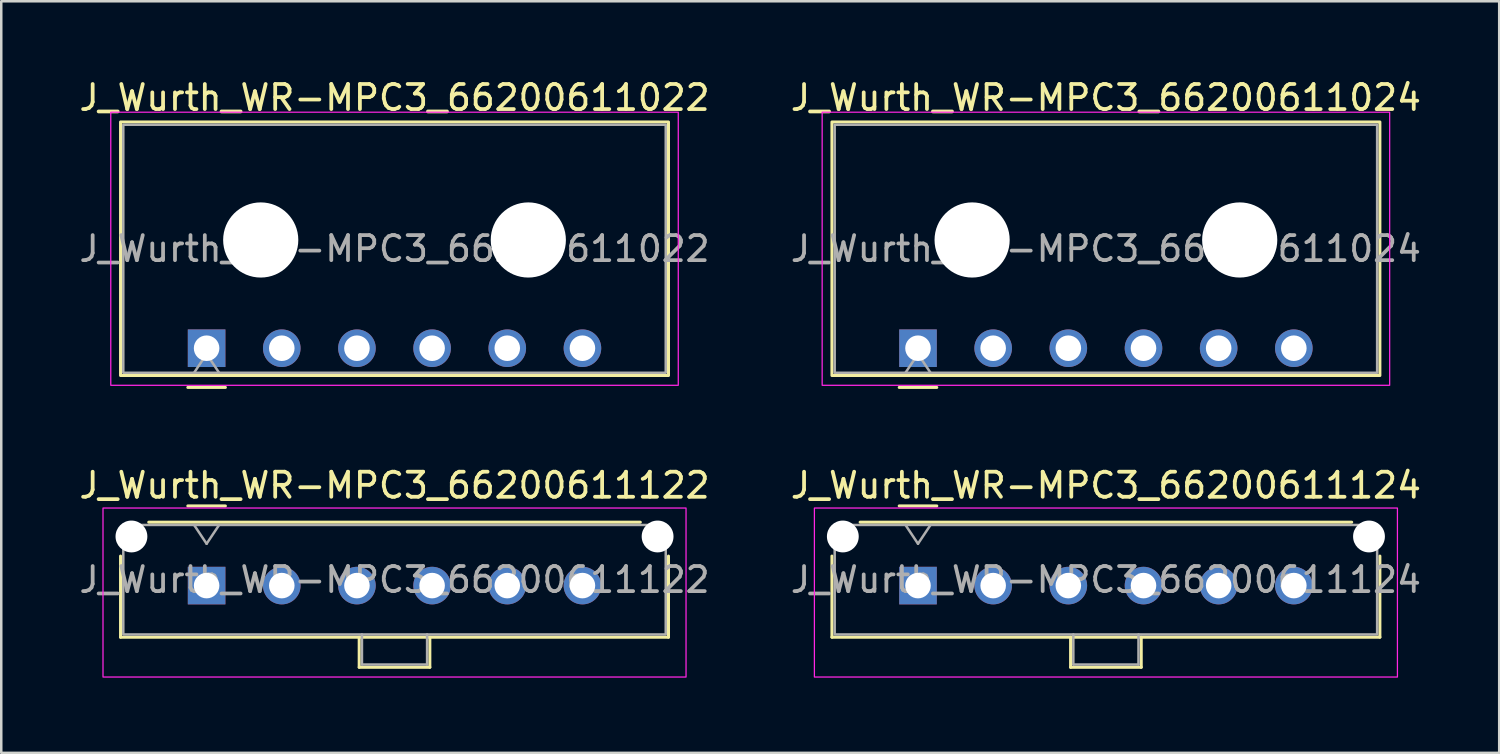
<source format=kicad_pcb>
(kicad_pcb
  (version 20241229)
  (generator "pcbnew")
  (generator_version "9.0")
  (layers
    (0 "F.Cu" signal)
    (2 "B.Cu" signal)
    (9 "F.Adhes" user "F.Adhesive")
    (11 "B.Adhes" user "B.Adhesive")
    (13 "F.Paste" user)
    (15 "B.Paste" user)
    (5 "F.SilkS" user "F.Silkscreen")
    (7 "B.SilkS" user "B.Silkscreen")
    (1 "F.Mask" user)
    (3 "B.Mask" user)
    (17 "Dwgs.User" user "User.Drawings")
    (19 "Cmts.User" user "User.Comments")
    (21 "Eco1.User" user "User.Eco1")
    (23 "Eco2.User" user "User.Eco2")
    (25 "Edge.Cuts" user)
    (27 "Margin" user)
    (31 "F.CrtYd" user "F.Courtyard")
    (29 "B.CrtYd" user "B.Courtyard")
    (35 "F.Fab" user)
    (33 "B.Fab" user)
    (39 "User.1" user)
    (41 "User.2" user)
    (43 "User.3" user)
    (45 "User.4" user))
  (footprint "J_Wurth_WR-MPC3_66200611022"
    (layer "F.Cu")
    (at 5.196 10.848)
    (property "Reference" "J_Wurth_WR-MPC3_66200611022" (at 7.5 -10 0) (unlocked yes) (layer "F.SilkS") (effects (font (size 1 1) (thickness 0.15))))
    (attr through_hole)
    (fp_line (start -0.75 1.565) (end 0.75 1.565) (stroke (width 0.12) (type solid)) (layer "F.SilkS"))
    (fp_rect (start -3.435 -9.03) (end 18.435 1.09) (stroke (width 0.12) (type solid)) (fill no) (layer "F.SilkS"))
    (fp_rect (start -3.825 -9.42) (end 18.825 1.48) (stroke (width 0.05) (type solid)) (fill no) (layer "F.CrtYd"))
    (fp_line (start 0 0.23) (end -0.5 0.98) (stroke (width 0.1) (type solid)) (layer "F.Fab"))
    (fp_line (start 0 0.23) (end 0.5 0.98) (stroke (width 0.1) (type solid)) (layer "F.Fab"))
    (fp_rect (start -3.325 -8.92) (end 18.325 0.98) (stroke (width 0.1) (type solid)) (fill no) (layer "F.Fab"))
    (fp_text user "${REFERENCE}" (at 7.5 -3.97 0) (unlocked yes) (layer "F.Fab") (effects (font (size 1 1) (thickness 0.15))))
    (pad "" np_thru_hole circle (at 2.16 -4.32 180) (size 3 3) (drill 3) (layers "*.Cu" "*.Mask"))
    (pad "" np_thru_hole circle (at 12.84 -4.32 180) (size 3 3) (drill 3) (layers "*.Cu" "*.Mask"))
    (pad "1" thru_hole rect (at 0 0 180) (size 1.5 1.5) (drill 1.02) (layers "*.Cu" "*.Mask"))
    (pad "2" thru_hole circle (at 3 0 180) (size 1.5 1.5) (drill 1.02) (layers "*.Cu" "*.Mask"))
    (pad "3" thru_hole circle (at 6 0 180) (size 1.5 1.5) (drill 1.02) (layers "*.Cu" "*.Mask"))
    (pad "4" thru_hole circle (at 9 0 180) (size 1.5 1.5) (drill 1.02) (layers "*.Cu" "*.Mask"))
    (pad "5" thru_hole circle (at 12 0 180) (size 1.5 1.5) (drill 1.02) (layers "*.Cu" "*.Mask"))
    (pad "6" thru_hole circle (at 15 0 180) (size 1.5 1.5) (drill 1.02) (layers "*.Cu" "*.Mask")))
  (footprint "J_Wurth_WR-MPC3_66200611124"
    (layer "F.Cu")
    (at 33.589 20.322)
    (property "Reference" "J_Wurth_WR-MPC3_66200611124" (at 7.5 -4 0) (unlocked yes) (layer "F.SilkS") (effects (font (size 1 1) (thickness 0.15))))
    (attr through_hole)
    (fp_line (start -3.435 2.06) (end -3.435 -1.178) (stroke (width 0.12) (type default)) (layer "F.SilkS"))
    (fp_line (start -2.31 -2.53) (end 17.31 -2.53) (stroke (width 0.12) (type solid)) (layer "F.SilkS"))
    (fp_line (start -0.75 -3.18) (end 0.75 -3.18) (stroke (width 0.12) (type solid)) (layer "F.SilkS"))
    (fp_line (start 6.09 2.06) (end 6.09 3.26) (stroke (width 0.12) (type default)) (layer "F.SilkS"))
    (fp_line (start 6.09 3.26) (end 8.91 3.26) (stroke (width 0.12) (type default)) (layer "F.SilkS"))
    (fp_line (start 8.91 3.26) (end 8.91 2.06) (stroke (width 0.12) (type default)) (layer "F.SilkS"))
    (fp_line (start 18.435 -1.178) (end 18.435 2.06) (stroke (width 0.12) (type solid)) (layer "F.SilkS"))
    (fp_line (start 18.435 2.06) (end -3.435 2.06) (stroke (width 0.12) (type default)) (layer "F.SilkS"))
    (fp_rect (start -4.135 -3.095) (end 19.135 3.65) (stroke (width 0.05) (type solid)) (fill no) (layer "F.CrtYd"))
    (fp_line (start 0 -1.67) (end -0.5 -2.42) (stroke (width 0.1) (type solid)) (layer "F.Fab"))
    (fp_line (start 0 -1.67) (end 0.5 -2.42) (stroke (width 0.1) (type solid)) (layer "F.Fab"))
    (fp_line (start 6.2 1.95) (end 6.2 3.15) (stroke (width 0.1) (type solid)) (layer "F.Fab"))
    (fp_line (start 6.2 3.15) (end 8.8 3.15) (stroke (width 0.1) (type solid)) (layer "F.Fab"))
    (fp_line (start 8.8 1.95) (end 8.8 3.15) (stroke (width 0.1) (type solid)) (layer "F.Fab"))
    (fp_rect (start -3.325 -2.42) (end 18.325 1.95) (stroke (width 0.1) (type solid)) (fill no) (layer "F.Fab"))
    (fp_text user "${REFERENCE}" (at 7.5 -0.235 0) (unlocked yes) (layer "F.Fab") (effects (font (size 1 1) (thickness 0.15))))
    (pad "" np_thru_hole circle (at -3 -1.96 180) (size 1.27 1.27) (drill 1.27) (layers "*.Cu" "*.Mask"))
    (pad "" np_thru_hole circle (at 18 -1.96 180) (size 1.27 1.27) (drill 1.27) (layers "*.Cu" "*.Mask"))
    (pad "1" thru_hole rect (at 0 0 180) (size 1.5 1.5) (drill 1.02) (layers "*.Cu" "*.Mask"))
    (pad "2" thru_hole circle (at 3 0 180) (size 1.5 1.5) (drill 1.02) (layers "*.Cu" "*.Mask"))
    (pad "3" thru_hole circle (at 6 0 180) (size 1.5 1.5) (drill 1.02) (layers "*.Cu" "*.Mask"))
    (pad "4" thru_hole circle (at 9 0 180) (size 1.5 1.5) (drill 1.02) (layers "*.Cu" "*.Mask"))
    (pad "5" thru_hole circle (at 12 0 180) (size 1.5 1.5) (drill 1.02) (layers "*.Cu" "*.Mask"))
    (pad "6" thru_hole circle (at 15 0 180) (size 1.5 1.5) (drill 1.02) (layers "*.Cu" "*.Mask")))
  (footprint "J_Wurth_WR-MPC3_66200611122"
    (layer "F.Cu")
    (at 5.196 20.322)
    (property "Reference" "J_Wurth_WR-MPC3_66200611122" (at 7.5 -4 0) (unlocked yes) (layer "F.SilkS") (effects (font (size 1 1) (thickness 0.15))))
    (attr through_hole)
    (fp_line (start -3.435 2.06) (end -3.435 -1.178) (stroke (width 0.12) (type default)) (layer "F.SilkS"))
    (fp_line (start -2.31 -2.53) (end 17.31 -2.53) (stroke (width 0.12) (type solid)) (layer "F.SilkS"))
    (fp_line (start -0.75 -3.18) (end 0.75 -3.18) (stroke (width 0.12) (type solid)) (layer "F.SilkS"))
    (fp_line (start 6.09 2.06) (end 6.09 3.26) (stroke (width 0.12) (type default)) (layer "F.SilkS"))
    (fp_line (start 6.09 3.26) (end 8.91 3.26) (stroke (width 0.12) (type default)) (layer "F.SilkS"))
    (fp_line (start 8.91 3.26) (end 8.91 2.06) (stroke (width 0.12) (type default)) (layer "F.SilkS"))
    (fp_line (start 18.435 -1.178) (end 18.435 2.06) (stroke (width 0.12) (type solid)) (layer "F.SilkS"))
    (fp_line (start 18.435 2.06) (end -3.435 2.06) (stroke (width 0.12) (type default)) (layer "F.SilkS"))
    (fp_rect (start -4.135 -3.095) (end 19.135 3.65) (stroke (width 0.05) (type solid)) (fill no) (layer "F.CrtYd"))
    (fp_line (start 0 -1.67) (end -0.5 -2.42) (stroke (width 0.1) (type solid)) (layer "F.Fab"))
    (fp_line (start 0 -1.67) (end 0.5 -2.42) (stroke (width 0.1) (type solid)) (layer "F.Fab"))
    (fp_line (start 6.2 1.95) (end 6.2 3.15) (stroke (width 0.1) (type solid)) (layer "F.Fab"))
    (fp_line (start 6.2 3.15) (end 8.8 3.15) (stroke (width 0.1) (type solid)) (layer "F.Fab"))
    (fp_line (start 8.8 1.95) (end 8.8 3.15) (stroke (width 0.1) (type solid)) (layer "F.Fab"))
    (fp_rect (start -3.325 -2.42) (end 18.325 1.95) (stroke (width 0.1) (type solid)) (fill no) (layer "F.Fab"))
    (fp_text user "${REFERENCE}" (at 7.5 -0.235 0) (unlocked yes) (layer "F.Fab") (effects (font (size 1 1) (thickness 0.15))))
    (pad "" np_thru_hole circle (at -3 -1.96 180) (size 1.27 1.27) (drill 1.27) (layers "*.Cu" "*.Mask"))
    (pad "" np_thru_hole circle (at 18 -1.96 180) (size 1.27 1.27) (drill 1.27) (layers "*.Cu" "*.Mask"))
    (pad "1" thru_hole rect (at 0 0 180) (size 1.5 1.5) (drill 1.02) (layers "*.Cu" "*.Mask"))
    (pad "2" thru_hole circle (at 3 0 180) (size 1.5 1.5) (drill 1.02) (layers "*.Cu" "*.Mask"))
    (pad "3" thru_hole circle (at 6 0 180) (size 1.5 1.5) (drill 1.02) (layers "*.Cu" "*.Mask"))
    (pad "4" thru_hole circle (at 9 0 180) (size 1.5 1.5) (drill 1.02) (layers "*.Cu" "*.Mask"))
    (pad "5" thru_hole circle (at 12 0 180) (size 1.5 1.5) (drill 1.02) (layers "*.Cu" "*.Mask"))
    (pad "6" thru_hole circle (at 15 0 180) (size 1.5 1.5) (drill 1.02) (layers "*.Cu" "*.Mask")))
  (footprint "J_Wurth_WR-MPC3_66200611024"
    (layer "F.Cu")
    (at 33.589 10.848)
    (property "Reference" "J_Wurth_WR-MPC3_66200611024" (at 7.5 -10 0) (unlocked yes) (layer "F.SilkS") (effects (font (size 1 1) (thickness 0.15))))
    (attr through_hole)
    (fp_line (start -0.75 1.565) (end 0.75 1.565) (stroke (width 0.12) (type solid)) (layer "F.SilkS"))
    (fp_rect (start -3.435 -9.03) (end 18.435 1.09) (stroke (width 0.12) (type solid)) (fill no) (layer "F.SilkS"))
    (fp_rect (start -3.825 -9.42) (end 18.825 1.48) (stroke (width 0.05) (type solid)) (fill no) (layer "F.CrtYd"))
    (fp_line (start 0 0.23) (end -0.5 0.98) (stroke (width 0.1) (type solid)) (layer "F.Fab"))
    (fp_line (start 0 0.23) (end 0.5 0.98) (stroke (width 0.1) (type solid)) (layer "F.Fab"))
    (fp_rect (start -3.325 -8.92) (end 18.325 0.98) (stroke (width 0.1) (type solid)) (fill no) (layer "F.Fab"))
    (fp_text user "${REFERENCE}" (at 7.5 -3.97 0) (unlocked yes) (layer "F.Fab") (effects (font (size 1 1) (thickness 0.15))))
    (pad "" np_thru_hole circle (at 2.16 -4.32 180) (size 3 3) (drill 3) (layers "*.Cu" "*.Mask"))
    (pad "" np_thru_hole circle (at 12.84 -4.32 180) (size 3 3) (drill 3) (layers "*.Cu" "*.Mask"))
    (pad "1" thru_hole rect (at 0 0 180) (size 1.5 1.5) (drill 1.02) (layers "*.Cu" "*.Mask"))
    (pad "2" thru_hole circle (at 3 0 180) (size 1.5 1.5) (drill 1.02) (layers "*.Cu" "*.Mask"))
    (pad "3" thru_hole circle (at 6 0 180) (size 1.5 1.5) (drill 1.02) (layers "*.Cu" "*.Mask"))
    (pad "4" thru_hole circle (at 9 0 180) (size 1.5 1.5) (drill 1.02) (layers "*.Cu" "*.Mask"))
    (pad "5" thru_hole circle (at 12 0 180) (size 1.5 1.5) (drill 1.02) (layers "*.Cu" "*.Mask"))
    (pad "6" thru_hole circle (at 15 0 180) (size 1.5 1.5) (drill 1.02) (layers "*.Cu" "*.Mask")))
  (gr_rect
    (start -3 -3)
    (end 56.786 26.997)
    (stroke (width 0.1) (type default))
    (fill no)
    (layer "Edge.Cuts")))
</source>
